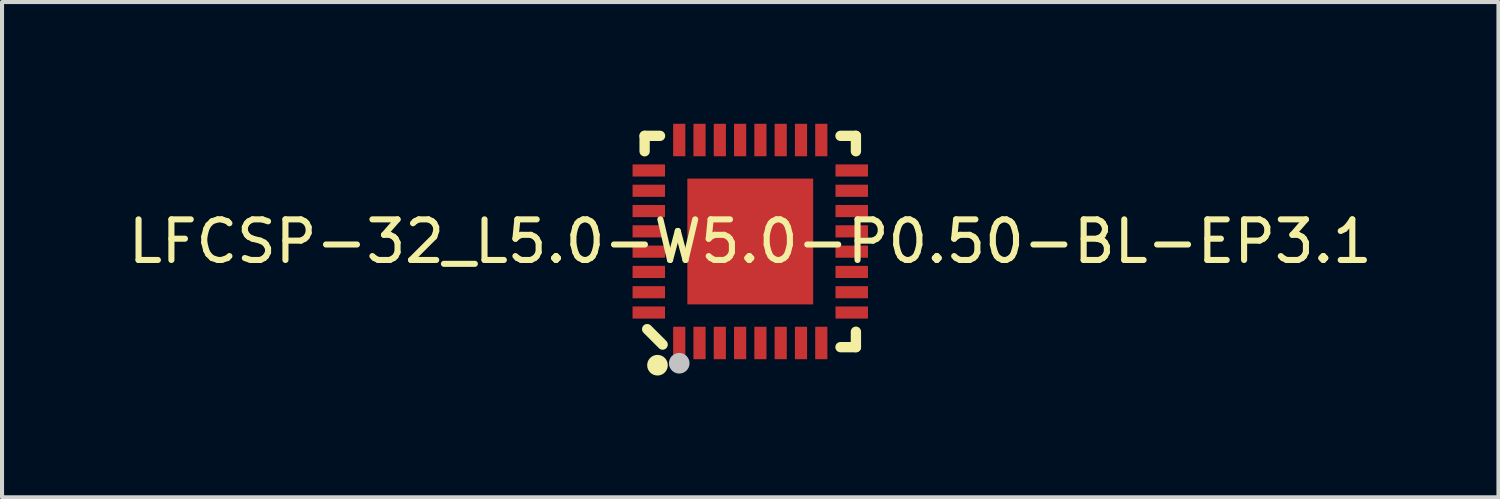
<source format=kicad_pcb>
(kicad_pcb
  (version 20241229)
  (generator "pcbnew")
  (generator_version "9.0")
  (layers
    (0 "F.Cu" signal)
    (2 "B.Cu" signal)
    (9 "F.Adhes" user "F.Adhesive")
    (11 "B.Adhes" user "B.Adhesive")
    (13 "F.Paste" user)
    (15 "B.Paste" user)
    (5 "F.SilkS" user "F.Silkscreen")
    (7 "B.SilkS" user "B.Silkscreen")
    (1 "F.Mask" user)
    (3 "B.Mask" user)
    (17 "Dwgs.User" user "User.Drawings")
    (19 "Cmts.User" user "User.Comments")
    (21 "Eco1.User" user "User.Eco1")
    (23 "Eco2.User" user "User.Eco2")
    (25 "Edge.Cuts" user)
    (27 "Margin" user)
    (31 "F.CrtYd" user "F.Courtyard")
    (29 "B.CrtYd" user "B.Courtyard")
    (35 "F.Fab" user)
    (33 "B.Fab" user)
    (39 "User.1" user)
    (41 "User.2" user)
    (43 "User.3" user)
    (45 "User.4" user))
  (footprint "LFCSP-32_L5.0-W5.0-P0.50-BL-EP3.1"
    (layer "F.Cu")
    (at 15.435 2.9)
    (property "Reference" "LFCSP-32_L5.0-W5.0-P0.50-BL-EP3.1" (at 0 0 0) (layer "F.SilkS") (effects (font (size 1 1) (thickness 0.15))))
    (fp_line (start -2.603 -2.603) (end -2.603 -2.223) (stroke (width 0.254) (type default)) (layer "F.SilkS"))
    (fp_line (start -2.54 2.159) (end -2.159 2.54) (stroke (width 0.254) (type default)) (layer "F.SilkS"))
    (fp_line (start -2.223 -2.603) (end -2.603 -2.603) (stroke (width 0.254) (type default)) (layer "F.SilkS"))
    (fp_line (start 2.223 2.603) (end 2.603 2.603) (stroke (width 0.254) (type default)) (layer "F.SilkS"))
    (fp_line (start 2.603 -2.603) (end 2.223 -2.603) (stroke (width 0.254) (type default)) (layer "F.SilkS"))
    (fp_line (start 2.603 -2.223) (end 2.603 -2.603) (stroke (width 0.254) (type default)) (layer "F.SilkS"))
    (fp_line (start 2.603 2.603) (end 2.603 2.223) (stroke (width 0.254) (type default)) (layer "F.SilkS"))
    (fp_circle (center -2.286 3.048) (end -2.159 3.048) (stroke (width 0.254) (type default)) (fill no) (layer "F.SilkS"))
    (fp_poly (pts (xy -2.1 -1.6) (xy -2.1 -1.9) (xy -2.9 -1.9) (xy -2.9 -1.6)) (stroke (width 0) (type default)) (fill yes) (layer "F.Paste"))
    (fp_poly (pts (xy -2.1 -1.1) (xy -2.1 -1.4) (xy -2.9 -1.4) (xy -2.9 -1.1)) (stroke (width 0) (type default)) (fill yes) (layer "F.Paste"))
    (fp_poly (pts (xy -2.1 -0.6) (xy -2.1 -0.9) (xy -2.9 -0.9) (xy -2.9 -0.6)) (stroke (width 0) (type default)) (fill yes) (layer "F.Paste"))
    (fp_poly (pts (xy -2.1 -0.1) (xy -2.1 -0.4) (xy -2.9 -0.4) (xy -2.9 -0.1)) (stroke (width 0) (type default)) (fill yes) (layer "F.Paste"))
    (fp_poly (pts (xy -2.1 0.4) (xy -2.1 0.1) (xy -2.9 0.1) (xy -2.9 0.4)) (stroke (width 0) (type default)) (fill yes) (layer "F.Paste"))
    (fp_poly (pts (xy -2.1 0.9) (xy -2.1 0.6) (xy -2.9 0.6) (xy -2.9 0.9)) (stroke (width 0) (type default)) (fill yes) (layer "F.Paste"))
    (fp_poly (pts (xy -2.1 1.4) (xy -2.1 1.1) (xy -2.9 1.1) (xy -2.9 1.4)) (stroke (width 0) (type default)) (fill yes) (layer "F.Paste"))
    (fp_poly (pts (xy -2.1 1.9) (xy -2.1 1.6) (xy -2.9 1.6) (xy -2.9 1.9)) (stroke (width 0) (type default)) (fill yes) (layer "F.Paste"))
    (fp_poly (pts (xy -1.6 -2.9) (xy -1.899 -2.9) (xy -1.899 -2.1) (xy -1.6 -2.1)) (stroke (width 0) (type default)) (fill yes) (layer "F.Paste"))
    (fp_poly (pts (xy -1.6 2.1) (xy -1.899 2.1) (xy -1.899 2.9) (xy -1.6 2.9)) (stroke (width 0) (type default)) (fill yes) (layer "F.Paste"))
    (fp_poly (pts (xy -1.24 -1.24) (xy 1.24 -1.24) (xy 1.24 1.24) (xy -1.24 1.24)) (stroke (width 0) (type default)) (fill yes) (layer "F.Paste"))
    (fp_poly (pts (xy -1.1 -2.9) (xy -1.4 -2.9) (xy -1.4 -2.1) (xy -1.1 -2.1)) (stroke (width 0) (type default)) (fill yes) (layer "F.Paste"))
    (fp_poly (pts (xy -1.1 2.1) (xy -1.4 2.1) (xy -1.4 2.9) (xy -1.1 2.9)) (stroke (width 0) (type default)) (fill yes) (layer "F.Paste"))
    (fp_poly (pts (xy -0.6 -2.9) (xy -0.899 -2.9) (xy -0.899 -2.1) (xy -0.6 -2.1)) (stroke (width 0) (type default)) (fill yes) (layer "F.Paste"))
    (fp_poly (pts (xy -0.6 2.1) (xy -0.899 2.1) (xy -0.899 2.9) (xy -0.6 2.9)) (stroke (width 0) (type default)) (fill yes) (layer "F.Paste"))
    (fp_poly (pts (xy -0.1 -2.9) (xy -0.4 -2.9) (xy -0.4 -2.1) (xy -0.1 -2.1)) (stroke (width 0) (type default)) (fill yes) (layer "F.Paste"))
    (fp_poly (pts (xy -0.1 2.1) (xy -0.4 2.1) (xy -0.4 2.9) (xy -0.1 2.9)) (stroke (width 0) (type default)) (fill yes) (layer "F.Paste"))
    (fp_poly (pts (xy 0.4 -2.9) (xy 0.101 -2.9) (xy 0.101 -2.1) (xy 0.4 -2.1)) (stroke (width 0) (type default)) (fill yes) (layer "F.Paste"))
    (fp_poly (pts (xy 0.4 2.1) (xy 0.101 2.1) (xy 0.101 2.9) (xy 0.4 2.9)) (stroke (width 0) (type default)) (fill yes) (layer "F.Paste"))
    (fp_poly (pts (xy 0.9 -2.9) (xy 0.6 -2.9) (xy 0.6 -2.1) (xy 0.9 -2.1)) (stroke (width 0) (type default)) (fill yes) (layer "F.Paste"))
    (fp_poly (pts (xy 0.9 2.1) (xy 0.6 2.1) (xy 0.6 2.9) (xy 0.9 2.9)) (stroke (width 0) (type default)) (fill yes) (layer "F.Paste"))
    (fp_poly (pts (xy 1.4 -2.9) (xy 1.101 -2.9) (xy 1.101 -2.1) (xy 1.4 -2.1)) (stroke (width 0) (type default)) (fill yes) (layer "F.Paste"))
    (fp_poly (pts (xy 1.4 2.1) (xy 1.101 2.1) (xy 1.101 2.9) (xy 1.4 2.9)) (stroke (width 0) (type default)) (fill yes) (layer "F.Paste"))
    (fp_poly (pts (xy 1.9 -2.9) (xy 1.6 -2.9) (xy 1.6 -2.1) (xy 1.9 -2.1)) (stroke (width 0) (type default)) (fill yes) (layer "F.Paste"))
    (fp_poly (pts (xy 1.9 2.1) (xy 1.6 2.1) (xy 1.6 2.9) (xy 1.9 2.9)) (stroke (width 0) (type default)) (fill yes) (layer "F.Paste"))
    (fp_poly (pts (xy 2.9 -1.6) (xy 2.9 -1.9) (xy 2.1 -1.9) (xy 2.1 -1.6)) (stroke (width 0) (type default)) (fill yes) (layer "F.Paste"))
    (fp_poly (pts (xy 2.9 -1.1) (xy 2.9 -1.4) (xy 2.1 -1.4) (xy 2.1 -1.1)) (stroke (width 0) (type default)) (fill yes) (layer "F.Paste"))
    (fp_poly (pts (xy 2.9 -0.6) (xy 2.9 -0.9) (xy 2.1 -0.9) (xy 2.1 -0.6)) (stroke (width 0) (type default)) (fill yes) (layer "F.Paste"))
    (fp_poly (pts (xy 2.9 -0.1) (xy 2.9 -0.4) (xy 2.1 -0.4) (xy 2.1 -0.1)) (stroke (width 0) (type default)) (fill yes) (layer "F.Paste"))
    (fp_poly (pts (xy 2.9 0.4) (xy 2.9 0.1) (xy 2.1 0.1) (xy 2.1 0.4)) (stroke (width 0) (type default)) (fill yes) (layer "F.Paste"))
    (fp_poly (pts (xy 2.9 0.9) (xy 2.9 0.6) (xy 2.1 0.6) (xy 2.1 0.9)) (stroke (width 0) (type default)) (fill yes) (layer "F.Paste"))
    (fp_poly (pts (xy 2.9 1.4) (xy 2.9 1.1) (xy 2.1 1.1) (xy 2.1 1.4)) (stroke (width 0) (type default)) (fill yes) (layer "F.Paste"))
    (fp_poly (pts (xy 2.9 1.9) (xy 2.9 1.6) (xy 2.1 1.6) (xy 2.1 1.9)) (stroke (width 0) (type default)) (fill yes) (layer "F.Paste"))
    (fp_circle (center -1.75 3) (end -1.623 3) (stroke (width 0.254) (type default)) (fill no) (layer "Dwgs.User"))
    (fp_poly (pts (xy -2.5 -1.875) (xy -2.1 -1.875) (xy -2.1 -1.625) (xy -2.5 -1.625)) (stroke (width 0.1) (type default)) (fill no) (layer "User.1"))
    (fp_poly (pts (xy -2.5 -1.375) (xy -2.1 -1.375) (xy -2.1 -1.125) (xy -2.5 -1.125)) (stroke (width 0.1) (type default)) (fill no) (layer "User.1"))
    (fp_poly (pts (xy -2.5 -0.875) (xy -2.1 -0.875) (xy -2.1 -0.625) (xy -2.5 -0.625)) (stroke (width 0.1) (type default)) (fill no) (layer "User.1"))
    (fp_poly (pts (xy -2.5 -0.375) (xy -2.1 -0.375) (xy -2.1 -0.125) (xy -2.5 -0.125)) (stroke (width 0.1) (type default)) (fill no) (layer "User.1"))
    (fp_poly (pts (xy -2.5 0.125) (xy -2.1 0.125) (xy -2.1 0.375) (xy -2.5 0.375)) (stroke (width 0.1) (type default)) (fill no) (layer "User.1"))
    (fp_poly (pts (xy -2.5 0.625) (xy -2.1 0.625) (xy -2.1 0.875) (xy -2.5 0.875)) (stroke (width 0.1) (type default)) (fill no) (layer "User.1"))
    (fp_poly (pts (xy -2.5 1.125) (xy -2.1 1.125) (xy -2.1 1.375) (xy -2.5 1.375)) (stroke (width 0.1) (type default)) (fill no) (layer "User.1"))
    (fp_poly (pts (xy -2.5 1.625) (xy -2.1 1.625) (xy -2.1 1.875) (xy -2.5 1.875)) (stroke (width 0.1) (type default)) (fill no) (layer "User.1"))
    (fp_poly (pts (xy -1.875 -2.1) (xy -1.875 -2.5) (xy -1.625 -2.5) (xy -1.625 -2.1)) (stroke (width 0.1) (type default)) (fill no) (layer "User.1"))
    (fp_poly (pts (xy -1.625 2.1) (xy -1.625 2.5) (xy -1.875 2.5) (xy -1.875 2.1)) (stroke (width 0.1) (type default)) (fill no) (layer "User.1"))
    (fp_poly (pts (xy -1.55 -1.55) (xy 1.55 -1.55) (xy 1.55 1.55) (xy -1.55 1.55)) (stroke (width 0.1) (type default)) (fill no) (layer "User.1"))
    (fp_poly (pts (xy -1.375 -2.1) (xy -1.375 -2.5) (xy -1.125 -2.5) (xy -1.125 -2.1)) (stroke (width 0.1) (type default)) (fill no) (layer "User.1"))
    (fp_poly (pts (xy -1.125 2.1) (xy -1.125 2.5) (xy -1.375 2.5) (xy -1.375 2.1)) (stroke (width 0.1) (type default)) (fill no) (layer "User.1"))
    (fp_poly (pts (xy -0.875 -2.1) (xy -0.875 -2.5) (xy -0.625 -2.5) (xy -0.625 -2.1)) (stroke (width 0.1) (type default)) (fill no) (layer "User.1"))
    (fp_poly (pts (xy -0.625 2.1) (xy -0.625 2.5) (xy -0.875 2.5) (xy -0.875 2.1)) (stroke (width 0.1) (type default)) (fill no) (layer "User.1"))
    (fp_poly (pts (xy -0.375 -2.1) (xy -0.375 -2.5) (xy -0.125 -2.5) (xy -0.125 -2.1)) (stroke (width 0.1) (type default)) (fill no) (layer "User.1"))
    (fp_poly (pts (xy -0.125 2.1) (xy -0.125 2.5) (xy -0.375 2.5) (xy -0.375 2.1)) (stroke (width 0.1) (type default)) (fill no) (layer "User.1"))
    (fp_poly (pts (xy 0.125 -2.1) (xy 0.125 -2.5) (xy 0.375 -2.5) (xy 0.375 -2.1)) (stroke (width 0.1) (type default)) (fill no) (layer "User.1"))
    (fp_poly (pts (xy 0.375 2.1) (xy 0.375 2.5) (xy 0.125 2.5) (xy 0.125 2.1)) (stroke (width 0.1) (type default)) (fill no) (layer "User.1"))
    (fp_poly (pts (xy 0.625 -2.1) (xy 0.625 -2.5) (xy 0.875 -2.5) (xy 0.875 -2.1)) (stroke (width 0.1) (type default)) (fill no) (layer "User.1"))
    (fp_poly (pts (xy 0.875 2.1) (xy 0.875 2.5) (xy 0.625 2.5) (xy 0.625 2.1)) (stroke (width 0.1) (type default)) (fill no) (layer "User.1"))
    (fp_poly (pts (xy 1.125 -2.1) (xy 1.125 -2.5) (xy 1.375 -2.5) (xy 1.375 -2.1)) (stroke (width 0.1) (type default)) (fill no) (layer "User.1"))
    (fp_poly (pts (xy 1.375 2.1) (xy 1.375 2.5) (xy 1.125 2.5) (xy 1.125 2.1)) (stroke (width 0.1) (type default)) (fill no) (layer "User.1"))
    (fp_poly (pts (xy 1.625 -2.1) (xy 1.625 -2.5) (xy 1.875 -2.5) (xy 1.875 -2.1)) (stroke (width 0.1) (type default)) (fill no) (layer "User.1"))
    (fp_poly (pts (xy 1.875 2.1) (xy 1.875 2.5) (xy 1.625 2.5) (xy 1.625 2.1)) (stroke (width 0.1) (type default)) (fill no) (layer "User.1"))
    (fp_poly (pts (xy 2.5 -1.625) (xy 2.1 -1.625) (xy 2.1 -1.875) (xy 2.5 -1.875)) (stroke (width 0.1) (type default)) (fill no) (layer "User.1"))
    (fp_poly (pts (xy 2.5 -1.125) (xy 2.1 -1.125) (xy 2.1 -1.375) (xy 2.5 -1.375)) (stroke (width 0.1) (type default)) (fill no) (layer "User.1"))
    (fp_poly (pts (xy 2.5 -0.625) (xy 2.1 -0.625) (xy 2.1 -0.875) (xy 2.5 -0.875)) (stroke (width 0.1) (type default)) (fill no) (layer "User.1"))
    (fp_poly (pts (xy 2.5 -0.125) (xy 2.1 -0.125) (xy 2.1 -0.375) (xy 2.5 -0.375)) (stroke (width 0.1) (type default)) (fill no) (layer "User.1"))
    (fp_poly (pts (xy 2.5 0.375) (xy 2.1 0.375) (xy 2.1 0.125) (xy 2.5 0.125)) (stroke (width 0.1) (type default)) (fill no) (layer "User.1"))
    (fp_poly (pts (xy 2.5 0.875) (xy 2.1 0.875) (xy 2.1 0.625) (xy 2.5 0.625)) (stroke (width 0.1) (type default)) (fill no) (layer "User.1"))
    (fp_poly (pts (xy 2.5 1.375) (xy 2.1 1.375) (xy 2.1 1.125) (xy 2.5 1.125)) (stroke (width 0.1) (type default)) (fill no) (layer "User.1"))
    (fp_poly (pts (xy 2.5 1.875) (xy 2.1 1.875) (xy 2.1 1.625) (xy 2.5 1.625)) (stroke (width 0.1) (type default)) (fill no) (layer "User.1"))
    (fp_line (start -2.5 -2.5) (end 2.5 -2.5) (stroke (width 0.051) (type default)) (layer "User.2"))
    (fp_line (start -2.5 2.5) (end -2.5 -2.5) (stroke (width 0.051) (type default)) (layer "User.2"))
    (fp_line (start 2.5 -2.5) (end 2.5 2.5) (stroke (width 0.051) (type default)) (layer "User.2"))
    (fp_line (start 2.5 2.5) (end -2.5 2.5) (stroke (width 0.051) (type default)) (layer "User.2"))
    (fp_poly (pts (xy -2.44 2.5) (xy -2.458 2.458) (xy -2.5 2.44) (xy -2.542 2.458) (xy -2.56 2.5) (xy -2.542 2.542) (xy -2.5 2.56) (xy -2.458 2.542)) (stroke (width 0.1) (type default)) (fill no) (layer "User.3"))
    (pad "1" smd rect (at -1.75 2.5) (size 0.3 0.8) (layers "F.Cu" "F.Mask" "F.Paste"))
    (pad "2" smd rect (at -1.25 2.5) (size 0.3 0.8) (layers "F.Cu" "F.Mask" "F.Paste"))
    (pad "3" smd rect (at -0.75 2.5) (size 0.3 0.8) (layers "F.Cu" "F.Mask" "F.Paste"))
    (pad "4" smd rect (at -0.25 2.5) (size 0.3 0.8) (layers "F.Cu" "F.Mask" "F.Paste"))
    (pad "5" smd rect (at 0.25 2.5) (size 0.3 0.8) (layers "F.Cu" "F.Mask" "F.Paste"))
    (pad "6" smd rect (at 0.75 2.5) (size 0.3 0.8) (layers "F.Cu" "F.Mask" "F.Paste"))
    (pad "7" smd rect (at 1.25 2.5) (size 0.3 0.8) (layers "F.Cu" "F.Mask" "F.Paste"))
    (pad "8" smd rect (at 1.75 2.5) (size 0.3 0.8) (layers "F.Cu" "F.Mask" "F.Paste"))
    (pad "9" smd rect (at 2.5 1.75) (size 0.8 0.299) (layers "F.Cu" "F.Mask" "F.Paste"))
    (pad "10" smd rect (at 2.5 1.25) (size 0.8 0.299) (layers "F.Cu" "F.Mask" "F.Paste"))
    (pad "11" smd rect (at 2.5 0.75) (size 0.8 0.299) (layers "F.Cu" "F.Mask" "F.Paste"))
    (pad "12" smd rect (at 2.5 0.25) (size 0.8 0.299) (layers "F.Cu" "F.Mask" "F.Paste"))
    (pad "13" smd rect (at 2.5 -0.25) (size 0.8 0.299) (layers "F.Cu" "F.Mask" "F.Paste"))
    (pad "14" smd rect (at 2.5 -0.75) (size 0.8 0.299) (layers "F.Cu" "F.Mask" "F.Paste"))
    (pad "15" smd rect (at 2.5 -1.25) (size 0.8 0.299) (layers "F.Cu" "F.Mask" "F.Paste"))
    (pad "16" smd rect (at 2.5 -1.75) (size 0.8 0.299) (layers "F.Cu" "F.Mask" "F.Paste"))
    (pad "17" smd rect (at 1.75 -2.5) (size 0.3 0.8) (layers "F.Cu" "F.Mask" "F.Paste"))
    (pad "18" smd rect (at 1.25 -2.5) (size 0.3 0.8) (layers "F.Cu" "F.Mask" "F.Paste"))
    (pad "19" smd rect (at 0.75 -2.5) (size 0.3 0.8) (layers "F.Cu" "F.Mask" "F.Paste"))
    (pad "20" smd rect (at 0.25 -2.5) (size 0.3 0.8) (layers "F.Cu" "F.Mask" "F.Paste"))
    (pad "21" smd rect (at -0.25 -2.5) (size 0.3 0.8) (layers "F.Cu" "F.Mask" "F.Paste"))
    (pad "22" smd rect (at -0.75 -2.5) (size 0.3 0.8) (layers "F.Cu" "F.Mask" "F.Paste"))
    (pad "23" smd rect (at -1.25 -2.5) (size 0.3 0.8) (layers "F.Cu" "F.Mask" "F.Paste"))
    (pad "24" smd rect (at -1.75 -2.5) (size 0.3 0.8) (layers "F.Cu" "F.Mask" "F.Paste"))
    (pad "25" smd rect (at -2.5 -1.75) (size 0.8 0.299) (layers "F.Cu" "F.Mask" "F.Paste"))
    (pad "26" smd rect (at -2.5 -1.25) (size 0.8 0.299) (layers "F.Cu" "F.Mask" "F.Paste"))
    (pad "27" smd rect (at -2.5 -0.75) (size 0.8 0.299) (layers "F.Cu" "F.Mask" "F.Paste"))
    (pad "28" smd rect (at -2.5 -0.25) (size 0.8 0.299) (layers "F.Cu" "F.Mask" "F.Paste"))
    (pad "29" smd rect (at -2.5 0.25) (size 0.8 0.299) (layers "F.Cu" "F.Mask" "F.Paste"))
    (pad "30" smd rect (at -2.5 0.75) (size 0.8 0.299) (layers "F.Cu" "F.Mask" "F.Paste"))
    (pad "31" smd rect (at -2.5 1.25) (size 0.8 0.299) (layers "F.Cu" "F.Mask" "F.Paste"))
    (pad "32" smd rect (at -2.5 1.75) (size 0.8 0.299) (layers "F.Cu" "F.Mask" "F.Paste"))
    (pad "33" smd rect (at 0 0) (size 3.1 3.1) (layers "F.Cu" "F.Mask" "F.Paste")))
  (gr_rect
    (start -3 -3)
    (end 33.869 9.202)
    (stroke (width 0.1) (type default))
    (fill no)
    (layer "Edge.Cuts")))
</source>
